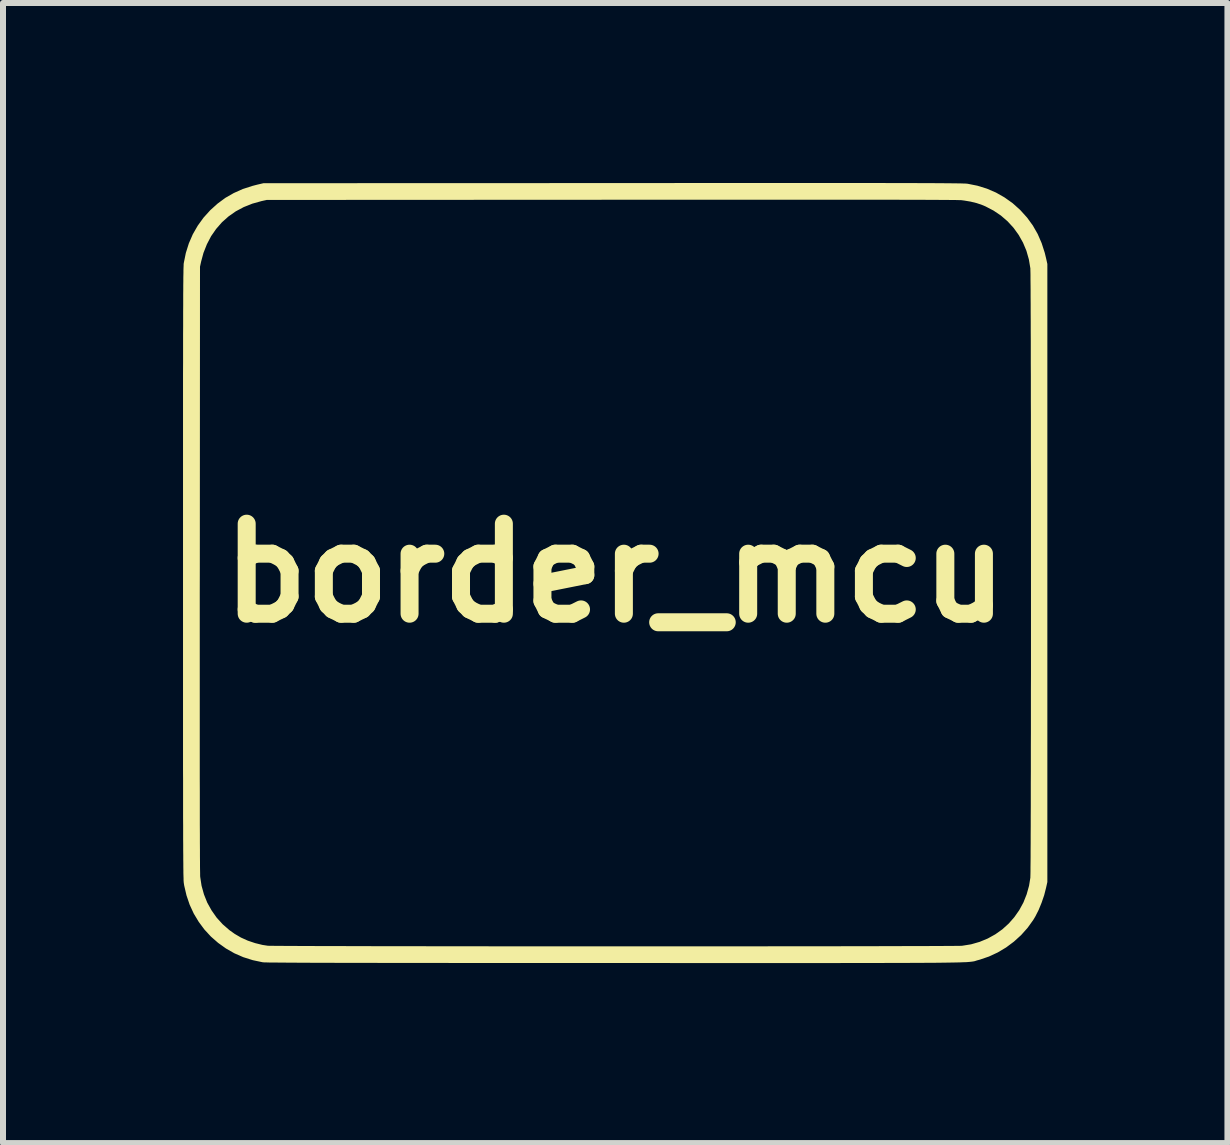
<source format=kicad_pcb>
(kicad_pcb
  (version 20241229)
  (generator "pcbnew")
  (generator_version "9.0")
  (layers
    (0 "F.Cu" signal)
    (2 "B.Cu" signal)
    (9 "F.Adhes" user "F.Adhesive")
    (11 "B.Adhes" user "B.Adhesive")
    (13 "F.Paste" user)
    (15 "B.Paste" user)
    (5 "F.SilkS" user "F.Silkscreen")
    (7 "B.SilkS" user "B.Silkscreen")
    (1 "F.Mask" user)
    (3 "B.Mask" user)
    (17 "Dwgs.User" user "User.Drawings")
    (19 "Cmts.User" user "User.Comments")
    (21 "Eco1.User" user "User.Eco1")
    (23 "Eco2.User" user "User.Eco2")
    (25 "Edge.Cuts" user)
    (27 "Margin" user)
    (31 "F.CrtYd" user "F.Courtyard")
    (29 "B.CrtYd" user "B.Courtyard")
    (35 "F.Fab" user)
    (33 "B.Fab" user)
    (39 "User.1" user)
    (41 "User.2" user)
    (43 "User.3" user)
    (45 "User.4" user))
  (footprint "border_mcu"
    (layer "F.Cu")
    (at 7.204 6.499)
    (property "Reference" "border_mcu" (at 0 0 0) (layer "F.SilkS") (effects (font (size 1.5 1.5) (thickness 0.3))))
    (attr board_only exclude_from_pos_files exclude_from_bom)
    (fp_poly (pts (xy 3.344 -6.499) (xy 3.563 -6.499) (xy 3.769 -6.499) (xy 3.962 -6.499) (xy 4.143 -6.499) (xy 4.312 -6.499) (xy 4.47 -6.499) (xy 4.617 -6.498) (xy 4.753 -6.498) (xy 4.879 -6.498) (xy 4.995 -6.498) (xy 5.102 -6.497) (xy 5.199 -6.497) (xy 5.288 -6.497) (xy 5.369 -6.496) (xy 5.442 -6.496) (xy 5.508 -6.495) (xy 5.566 -6.495) (xy 5.618 -6.494) (xy 5.664 -6.494) (xy 5.705 -6.493) (xy 5.739 -6.493) (xy 5.769 -6.492) (xy 5.795 -6.491) (xy 5.816 -6.491) (xy 5.833 -6.49) (xy 5.847 -6.489) (xy 5.859 -6.488) (xy 5.867 -6.487) (xy 5.87 -6.487) (xy 6.035 -6.454) (xy 6.193 -6.405) (xy 6.344 -6.34) (xy 6.486 -6.259) (xy 6.62 -6.164) (xy 6.743 -6.054) (xy 6.751 -6.046) (xy 6.862 -5.923) (xy 6.958 -5.791) (xy 7.039 -5.649) (xy 7.105 -5.497) (xy 7.157 -5.335) (xy 7.179 -5.244) (xy 7.2 -5.15) (xy 7.2 -0.000001) (xy 7.2 5.15) (xy 7.179 5.244) (xy 7.147 5.37) (xy 7.104 5.495) (xy 7.055 5.615) (xy 6.999 5.725) (xy 6.965 5.782) (xy 6.871 5.913) (xy 6.763 6.034) (xy 6.643 6.143) (xy 6.513 6.24) (xy 6.374 6.323) (xy 6.228 6.391) (xy 6.076 6.443) (xy 6.047 6.451) (xy 6.035 6.454) (xy 6.025 6.457) (xy 6.015 6.46) (xy 6.006 6.463) (xy 5.997 6.466) (xy 5.987 6.469) (xy 5.977 6.471) (xy 5.966 6.473) (xy 5.953 6.475) (xy 5.938 6.477) (xy 5.921 6.479) (xy 5.901 6.481) (xy 5.878 6.483) (xy 5.851 6.485) (xy 5.821 6.486) (xy 5.785 6.487) (xy 5.745 6.489) (xy 5.7 6.49) (xy 5.649 6.491) (xy 5.592 6.492) (xy 5.528 6.493) (xy 5.458 6.494) (xy 5.38 6.495) (xy 5.294 6.496) (xy 5.2 6.496) (xy 5.098 6.497) (xy 4.987 6.497) (xy 4.866 6.498) (xy 4.735 6.498) (xy 4.594 6.498) (xy 4.443 6.499) (xy 4.28 6.499) (xy 4.106 6.499) (xy 3.92 6.499) (xy 3.722 6.5) (xy 3.511 6.5) (xy 3.287 6.5) (xy 3.049 6.5) (xy 2.797 6.5) (xy 2.531 6.5) (xy 2.25 6.5) (xy 1.954 6.5) (xy 1.643 6.5) (xy 1.315 6.5) (xy 0.971 6.5) (xy 0.61 6.499) (xy 0.231 6.499) (xy -0.009 6.499) (xy -0.405 6.499) (xy -0.783 6.499) (xy -1.144 6.499) (xy -1.488 6.499) (xy -1.815 6.499) (xy -2.127 6.499) (xy -2.423 6.499) (xy -2.704 6.499) (xy -2.969 6.498) (xy -3.22 6.498) (xy -3.457 6.498) (xy -3.68 6.498) (xy -3.89 6.498) (xy -4.087 6.497) (xy -4.271 6.497) (xy -4.443 6.497) (xy -4.603 6.497) (xy -4.751 6.496) (xy -4.888 6.496) (xy -5.015 6.496) (xy -5.131 6.495) (xy -5.237 6.495) (xy -5.333 6.494) (xy -5.42 6.494) (xy -5.498 6.493) (xy -5.568 6.493) (xy -5.629 6.492) (xy -5.683 6.492) (xy -5.73 6.491) (xy -5.769 6.491) (xy -5.802 6.49) (xy -5.828 6.489) (xy -5.849 6.489) (xy -5.864 6.488) (xy -5.874 6.487) (xy -5.877 6.487) (xy -6.042 6.452) (xy -6.2 6.402) (xy -6.349 6.337) (xy -6.489 6.257) (xy -6.619 6.164) (xy -6.739 6.059) (xy -6.847 5.942) (xy -6.942 5.814) (xy -7.025 5.676) (xy -7.093 5.529) (xy -7.146 5.373) (xy -7.184 5.21) (xy -7.191 5.167) (xy -7.192 5.159) (xy -7.193 5.148) (xy -7.194 5.134) (xy -7.195 5.115) (xy -7.195 5.092) (xy -7.196 5.065) (xy -7.197 5.032) (xy -7.198 4.994) (xy -7.198 4.95) (xy -7.199 4.899) (xy -7.199 4.841) (xy -7.2 4.776) (xy -7.2 4.703) (xy -7.201 4.622) (xy -7.201 4.532) (xy -7.202 4.433) (xy -7.202 4.325) (xy -7.202 4.207) (xy -7.203 4.078) (xy -7.203 3.939) (xy -7.203 3.788) (xy -7.203 3.626) (xy -7.203 3.452) (xy -7.204 3.265) (xy -7.204 3.066) (xy -7.204 2.853) (xy -7.204 2.626) (xy -7.204 2.385) (xy -7.204 2.129) (xy -7.204 2.091) (xy -6.925 2.091) (xy -6.925 2.39) (xy -6.925 2.674) (xy -6.925 2.94) (xy -6.925 3.19) (xy -6.925 3.423) (xy -6.924 3.64) (xy -6.924 3.842) (xy -6.924 4.027) (xy -6.924 4.196) (xy -6.923 4.35) (xy -6.923 4.489) (xy -6.922 4.612) (xy -6.922 4.72) (xy -6.921 4.813) (xy -6.921 4.891) (xy -6.92 4.954) (xy -6.919 5.003) (xy -6.919 5.038) (xy -6.918 5.058) (xy -6.918 5.062) (xy -6.895 5.212) (xy -6.855 5.356) (xy -6.8 5.494) (xy -6.728 5.623) (xy -6.643 5.744) (xy -6.543 5.854) (xy -6.429 5.953) (xy -6.343 6.014) (xy -6.239 6.075) (xy -6.124 6.127) (xy -6.002 6.168) (xy -5.88 6.198) (xy -5.795 6.211) (xy -5.781 6.212) (xy -5.749 6.213) (xy -5.7 6.213) (xy -5.635 6.214) (xy -5.555 6.214) (xy -5.46 6.215) (xy -5.35 6.215) (xy -5.226 6.216) (xy -5.089 6.216) (xy -4.94 6.217) (xy -4.778 6.217) (xy -4.605 6.217) (xy -4.421 6.218) (xy -4.226 6.218) (xy -4.022 6.219) (xy -3.808 6.219) (xy -3.587 6.219) (xy -3.357 6.219) (xy -3.119 6.22) (xy -2.875 6.22) (xy -2.625 6.22) (xy -2.369 6.22) (xy -2.108 6.221) (xy -1.842 6.221) (xy -1.573 6.221) (xy -1.3 6.221) (xy -1.024 6.221) (xy -0.747 6.221) (xy -0.468 6.221) (xy -0.187 6.221) (xy 0.093 6.221) (xy 0.373 6.221) (xy 0.653 6.221) (xy 0.931 6.221) (xy 1.207 6.221) (xy 1.481 6.221) (xy 1.751 6.221) (xy 2.018 6.221) (xy 2.28 6.221) (xy 2.538 6.221) (xy 2.79 6.22) (xy 3.036 6.22) (xy 3.275 6.22) (xy 3.507 6.22) (xy 3.731 6.22) (xy 3.947 6.219) (xy 4.154 6.219) (xy 4.351 6.219) (xy 4.538 6.218) (xy 4.715 6.218) (xy 4.88 6.217) (xy 5.033 6.217) (xy 5.174 6.217) (xy 5.301 6.216) (xy 5.415 6.216) (xy 5.514 6.215) (xy 5.599 6.215) (xy 5.668 6.214) (xy 5.722 6.214) (xy 5.758 6.213) (xy 5.778 6.212) (xy 5.78 6.212) (xy 5.929 6.188) (xy 6.072 6.147) (xy 6.207 6.091) (xy 6.333 6.021) (xy 6.45 5.938) (xy 6.556 5.842) (xy 6.65 5.735) (xy 6.732 5.618) (xy 6.801 5.491) (xy 6.855 5.355) (xy 6.895 5.212) (xy 6.917 5.076) (xy 6.917 5.06) (xy 6.918 5.027) (xy 6.919 4.977) (xy 6.919 4.911) (xy 6.92 4.83) (xy 6.921 4.734) (xy 6.921 4.624) (xy 6.922 4.5) (xy 6.922 4.363) (xy 6.923 4.214) (xy 6.923 4.054) (xy 6.924 3.882) (xy 6.924 3.7) (xy 6.924 3.508) (xy 6.925 3.307) (xy 6.925 3.097) (xy 6.925 2.88) (xy 6.926 2.655) (xy 6.926 2.424) (xy 6.926 2.187) (xy 6.926 1.944) (xy 6.927 1.697) (xy 6.927 1.445) (xy 6.927 1.19) (xy 6.927 0.932) (xy 6.927 0.672) (xy 6.927 0.41) (xy 6.927 0.147) (xy 6.927 -0.116) (xy 6.927 -0.379) (xy 6.927 -0.641) (xy 6.927 -0.901) (xy 6.927 -1.159) (xy 6.927 -1.415) (xy 6.927 -1.667) (xy 6.926 -1.915) (xy 6.926 -2.158) (xy 6.926 -2.396) (xy 6.926 -2.628) (xy 6.925 -2.853) (xy 6.925 -3.072) (xy 6.925 -3.282) (xy 6.924 -3.484) (xy 6.924 -3.677) (xy 6.924 -3.861) (xy 6.923 -4.034) (xy 6.923 -4.196) (xy 6.922 -4.346) (xy 6.922 -4.484) (xy 6.921 -4.61) (xy 6.921 -4.721) (xy 6.92 -4.819) (xy 6.919 -4.902) (xy 6.919 -4.97) (xy 6.918 -5.022) (xy 6.917 -5.057) (xy 6.917 -5.075) (xy 6.917 -5.076) (xy 6.892 -5.226) (xy 6.851 -5.37) (xy 6.794 -5.506) (xy 6.722 -5.634) (xy 6.637 -5.752) (xy 6.538 -5.86) (xy 6.427 -5.956) (xy 6.304 -6.039) (xy 6.17 -6.109) (xy 6.113 -6.133) (xy 6.023 -6.164) (xy 5.921 -6.189) (xy 5.814 -6.207) (xy 5.767 -6.213) (xy 5.755 -6.214) (xy 5.732 -6.214) (xy 5.698 -6.215) (xy 5.654 -6.216) (xy 5.599 -6.216) (xy 5.532 -6.217) (xy 5.453 -6.217) (xy 5.363 -6.218) (xy 5.261 -6.218) (xy 5.146 -6.219) (xy 5.018 -6.219) (xy 4.877 -6.219) (xy 4.723 -6.22) (xy 4.556 -6.22) (xy 4.375 -6.22) (xy 4.18 -6.22) (xy 3.97 -6.22) (xy 3.746 -6.221) (xy 3.507 -6.221) (xy 3.253 -6.221) (xy 2.984 -6.221) (xy 2.699 -6.221) (xy 2.398 -6.221) (xy 2.081 -6.221) (xy 1.748 -6.221) (xy 1.398 -6.221) (xy 1.031 -6.221) (xy 0.647 -6.22) (xy 0.245 -6.22) (xy -0.072 -6.22) (xy -5.809 -6.217) (xy -5.895 -6.198) (xy -6.049 -6.155) (xy -6.192 -6.098) (xy -6.325 -6.027) (xy -6.446 -5.942) (xy -6.555 -5.845) (xy -6.652 -5.734) (xy -6.736 -5.613) (xy -6.806 -5.479) (xy -6.863 -5.335) (xy -6.902 -5.191) (xy -6.921 -5.105) (xy -6.924 -0.072) (xy -6.925 0.333) (xy -6.925 0.719) (xy -6.925 1.088) (xy -6.925 1.439) (xy -6.925 1.774) (xy -6.925 2.091) (xy -7.204 2.091) (xy -7.204 1.859) (xy -7.204 1.573) (xy -7.204 1.27) (xy -7.204 0.952) (xy -7.204 0.617) (xy -7.204 0.264) (xy -7.204 -0.000001) (xy -7.204 -0.365) (xy -7.204 -0.713) (xy -7.204 -1.043) (xy -7.204 -1.357) (xy -7.204 -1.654) (xy -7.204 -1.936) (xy -7.204 -2.203) (xy -7.204 -2.454) (xy -7.204 -2.691) (xy -7.204 -2.914) (xy -7.204 -3.123) (xy -7.204 -3.319) (xy -7.203 -3.502) (xy -7.203 -3.673) (xy -7.203 -3.832) (xy -7.203 -3.979) (xy -7.202 -4.115) (xy -7.202 -4.241) (xy -7.202 -4.356) (xy -7.201 -4.462) (xy -7.201 -4.558) (xy -7.201 -4.645) (xy -7.2 -4.724) (xy -7.2 -4.795) (xy -7.199 -4.858) (xy -7.199 -4.914) (xy -7.198 -4.963) (xy -7.197 -5.005) (xy -7.197 -5.042) (xy -7.196 -5.073) (xy -7.195 -5.099) (xy -7.194 -5.121) (xy -7.194 -5.138) (xy -7.193 -5.151) (xy -7.192 -5.161) (xy -7.191 -5.167) (xy -7.157 -5.334) (xy -7.107 -5.493) (xy -7.041 -5.645) (xy -6.959 -5.788) (xy -6.862 -5.922) (xy -6.75 -6.046) (xy -6.628 -6.156) (xy -6.498 -6.252) (xy -6.358 -6.332) (xy -6.208 -6.399) (xy -6.047 -6.451) (xy -5.966 -6.472) (xy -5.863 -6.496) (xy -0.045 -6.498) (xy 0.345 -6.498) (xy 0.717 -6.498) (xy 1.072 -6.499) (xy 1.41 -6.499) (xy 1.732 -6.499) (xy 2.038 -6.499) (xy 2.329 -6.499) (xy 2.604 -6.499) (xy 2.865 -6.499) (xy 3.111 -6.499)) (stroke (width 0) (type solid)) (fill yes) (layer "F.SilkS")))
  (gr_rect
    (start -3 -3)
    (end 17.405 15.999)
    (stroke (width 0.1) (type default))
    (fill no)
    (layer "Edge.Cuts")))
</source>
